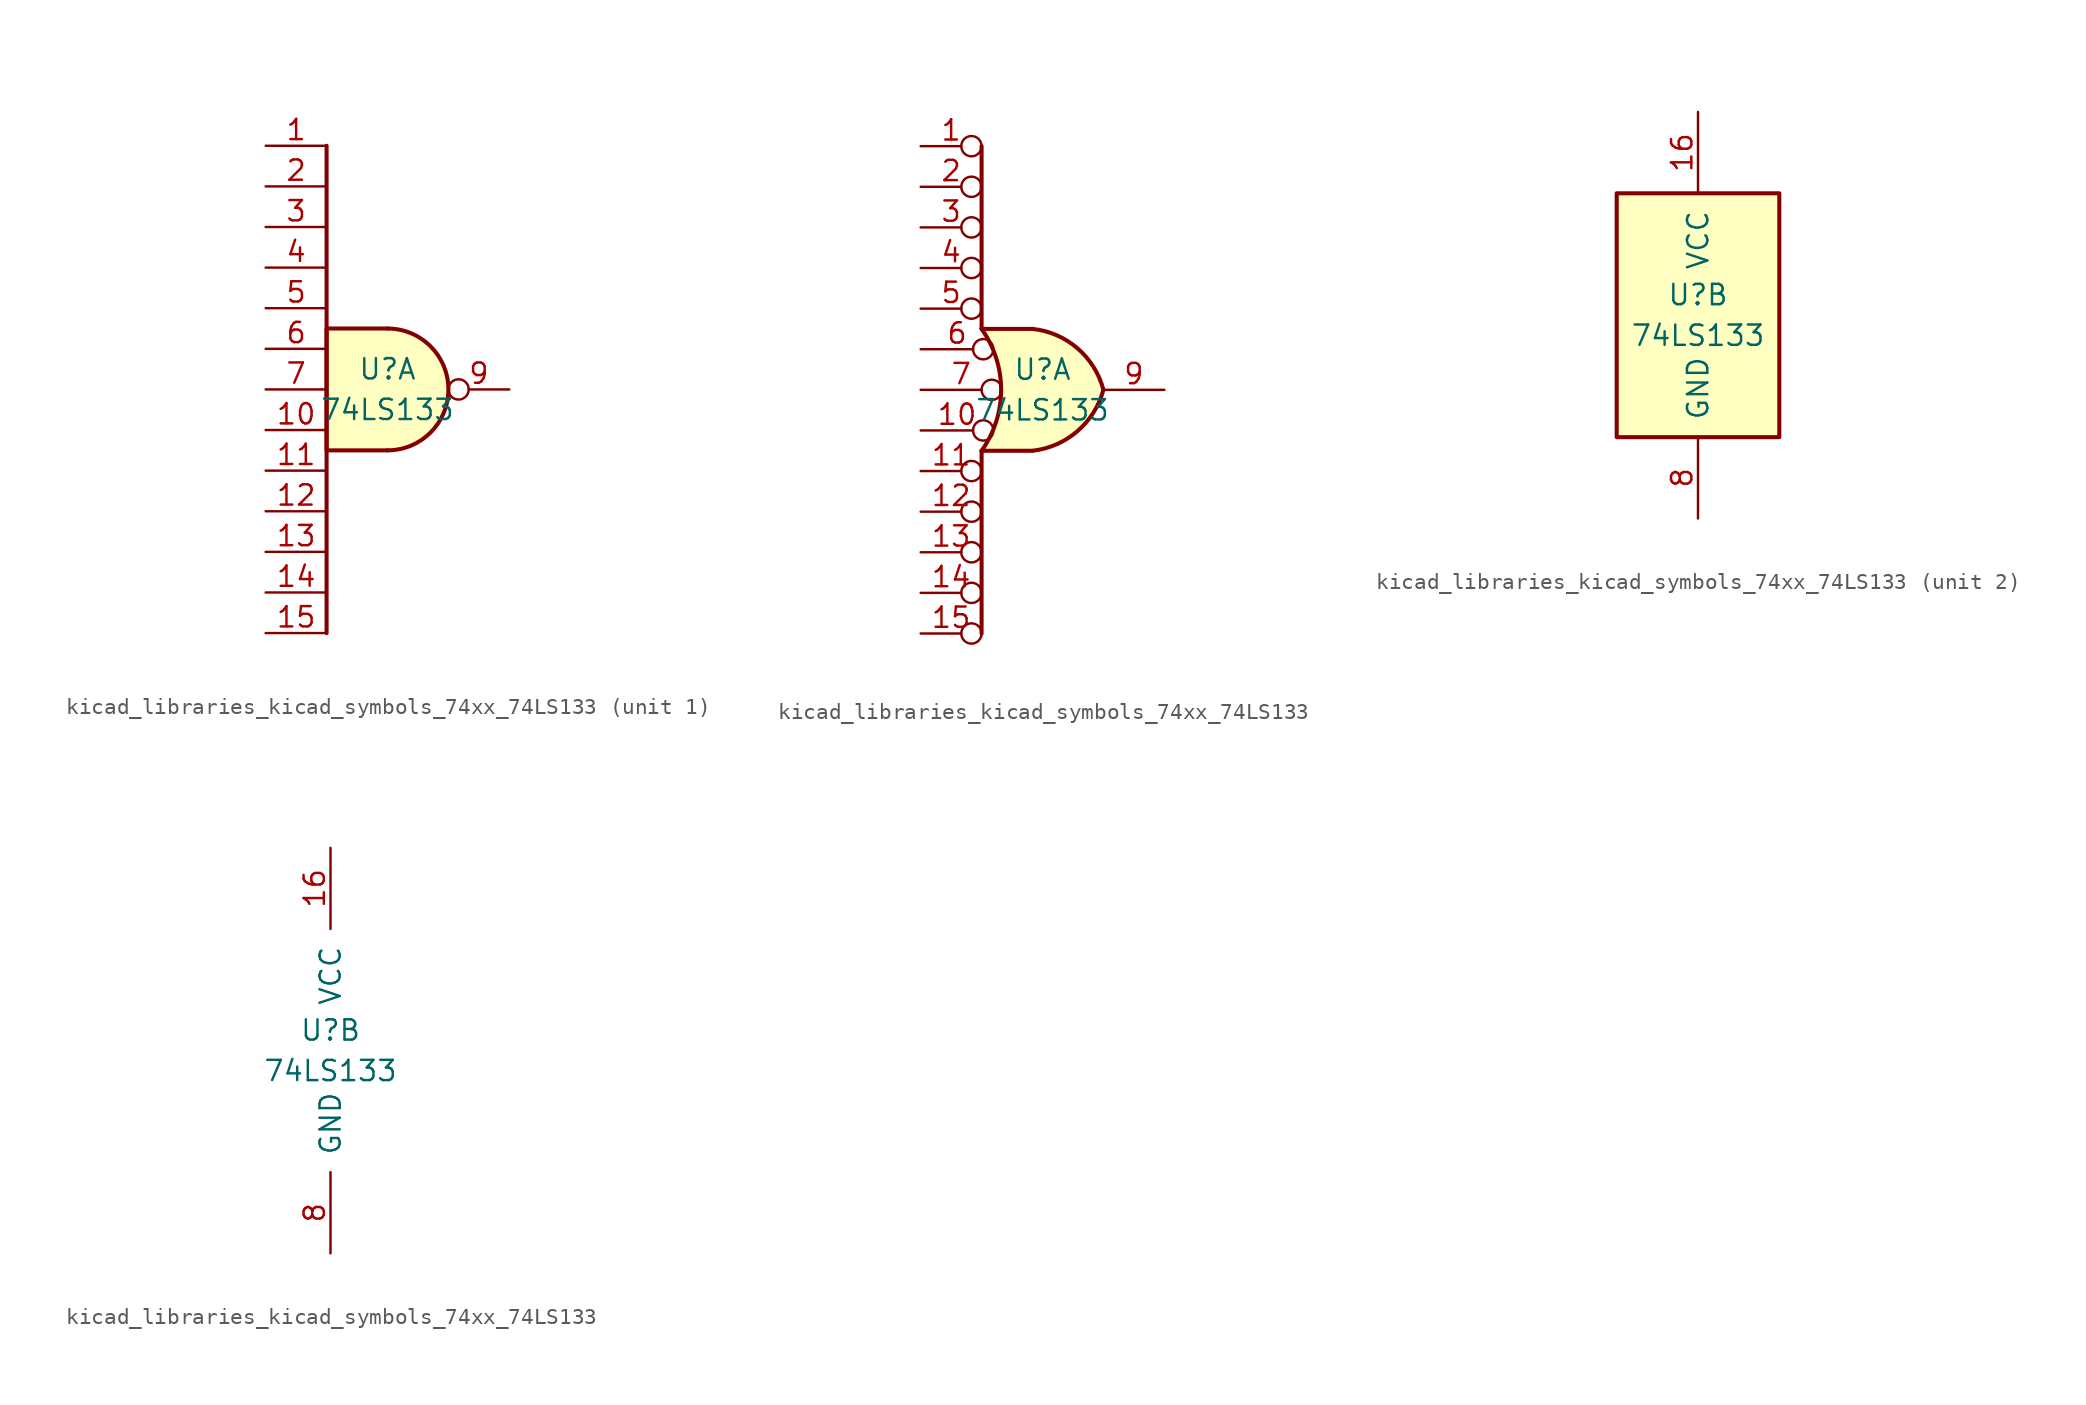
<source format=kicad_sym>
(kicad_symbol_lib
  (version 20220914)
  (generator kicad_symbol_editor)
  (symbol "kicad_libraries_kicad_symbols_74xx_74LS133"
    (pin_names
      (offset 1.016))
    (property "Reference" "U"
      (at 0 1.27 0)
      (effects (font (size 1.27 1.27))))
    (property "Value" "74LS133"
      (at 0 -1.27 0)
      (effects (font (size 1.27 1.27))))
    (property "ki_locked" ""
      (at 0 0 0)
      (effects (font (size 1.27 1.27))))
    (symbol "kicad_libraries_kicad_symbols_74xx_74LS133_1_1"
      (arc (start 0 -3.81) (mid 3.7934 0) (end 0 3.81) (stroke (width 0.254) (type default)) (fill (type background)))
      (polyline (pts (xy -3.81 15.24) (xy -3.81 -15.24)) (stroke (width 0.254) (type default)) (fill (type none)))
      (polyline (pts (xy 0 3.81) (xy -3.81 3.81) (xy -3.81 -3.81) (xy 0 -3.81)) (stroke (width 0.254) (type default)) (fill (type background)))
      (pin input line (at -7.62 15.24 0) (length 3.81) (name "~" (effects (font (size 1.27 1.27)))) (number "1" (effects (font (size 1.27 1.27)))))
      (pin input line (at -7.62 -2.54 0) (length 3.81) (name "~" (effects (font (size 1.27 1.27)))) (number "10" (effects (font (size 1.27 1.27)))))
      (pin input line (at -7.62 -5.08 0) (length 3.81) (name "~" (effects (font (size 1.27 1.27)))) (number "11" (effects (font (size 1.27 1.27)))))
      (pin input line (at -7.62 -7.62 0) (length 3.81) (name "~" (effects (font (size 1.27 1.27)))) (number "12" (effects (font (size 1.27 1.27)))))
      (pin input line (at -7.62 -10.16 0) (length 3.81) (name "~" (effects (font (size 1.27 1.27)))) (number "13" (effects (font (size 1.27 1.27)))))
      (pin input line (at -7.62 -12.7 0) (length 3.81) (name "~" (effects (font (size 1.27 1.27)))) (number "14" (effects (font (size 1.27 1.27)))))
      (pin input line (at -7.62 -15.24 0) (length 3.81) (name "~" (effects (font (size 1.27 1.27)))) (number "15" (effects (font (size 1.27 1.27)))))
      (pin input line (at -7.62 12.7 0) (length 3.81) (name "~" (effects (font (size 1.27 1.27)))) (number "2" (effects (font (size 1.27 1.27)))))
      (pin input line (at -7.62 10.16 0) (length 3.81) (name "~" (effects (font (size 1.27 1.27)))) (number "3" (effects (font (size 1.27 1.27)))))
      (pin input line (at -7.62 7.62 0) (length 3.81) (name "~" (effects (font (size 1.27 1.27)))) (number "4" (effects (font (size 1.27 1.27)))))
      (pin input line (at -7.62 5.08 0) (length 3.81) (name "~" (effects (font (size 1.27 1.27)))) (number "5" (effects (font (size 1.27 1.27)))))
      (pin input line (at -7.62 2.54 0) (length 3.81) (name "~" (effects (font (size 1.27 1.27)))) (number "6" (effects (font (size 1.27 1.27)))))
      (pin input line (at -7.62 0 0) (length 3.81) (name "~" (effects (font (size 1.27 1.27)))) (number "7" (effects (font (size 1.27 1.27)))))
      (pin output inverted (at 7.62 0 180) (length 3.81) (name "~" (effects (font (size 1.27 1.27)))) (number "9" (effects (font (size 1.27 1.27))))))
    (symbol "kicad_libraries_kicad_symbols_74xx_74LS133_1_2"
      (arc (start -3.81 -3.81) (mid -2.589 0) (end -3.81 3.81) (stroke (width 0.254) (type default)) (fill (type none)))
      (arc (start -0.6096 -3.81) (mid 2.1842 -2.5851) (end 3.81 0) (stroke (width 0.254) (type default)) (fill (type background)))
      (polyline (pts (xy -3.81 -3.81) (xy -3.81 -15.24)) (stroke (width 0.254) (type default)) (fill (type none)))
      (polyline (pts (xy -3.81 -3.81) (xy -0.635 -3.81)) (stroke (width 0.254) (type default)) (fill (type background)))
      (polyline (pts (xy -3.81 3.81) (xy -0.635 3.81)) (stroke (width 0.254) (type default)) (fill (type background)))
      (polyline (pts (xy -3.81 15.24) (xy -3.81 3.81)) (stroke (width 0.254) (type default)) (fill (type none)))
      (polyline (pts (xy -0.635 3.81) (xy -3.81 3.81) (xy -3.81 3.81) (xy -3.556 3.404) (xy -3.023 2.261) (xy -2.692 1.041) (xy -2.616 -0.254) (xy -2.769 -1.499) (xy -3.175 -2.718) (xy -3.81 -3.81) (xy -3.81 -3.81) (xy -0.635 -3.81)) (stroke (width -25.4) (type default)) (fill (type background)))
      (arc (start 3.81 0) (mid 2.1915 2.5936) (end -0.6096 3.81) (stroke (width 0.254) (type default)) (fill (type background)))
      (pin input inverted (at -7.62 15.24 0) (length 3.81) (name "~" (effects (font (size 1.27 1.27)))) (number "1" (effects (font (size 1.27 1.27)))))
      (pin input inverted (at -7.62 -2.54 0) (length 4.547) (name "~" (effects (font (size 1.27 1.27)))) (number "10" (effects (font (size 1.27 1.27)))))
      (pin input inverted (at -7.62 -5.08 0) (length 3.81) (name "~" (effects (font (size 1.27 1.27)))) (number "11" (effects (font (size 1.27 1.27)))))
      (pin input inverted (at -7.62 -7.62 0) (length 3.81) (name "~" (effects (font (size 1.27 1.27)))) (number "12" (effects (font (size 1.27 1.27)))))
      (pin input inverted (at -7.62 -10.16 0) (length 3.81) (name "~" (effects (font (size 1.27 1.27)))) (number "13" (effects (font (size 1.27 1.27)))))
      (pin input inverted (at -7.62 -12.7 0) (length 3.81) (name "~" (effects (font (size 1.27 1.27)))) (number "14" (effects (font (size 1.27 1.27)))))
      (pin input inverted (at -7.62 -15.24 0) (length 3.81) (name "~" (effects (font (size 1.27 1.27)))) (number "15" (effects (font (size 1.27 1.27)))))
      (pin input inverted (at -7.62 12.7 0) (length 3.81) (name "~" (effects (font (size 1.27 1.27)))) (number "2" (effects (font (size 1.27 1.27)))))
      (pin input inverted (at -7.62 10.16 0) (length 3.81) (name "~" (effects (font (size 1.27 1.27)))) (number "3" (effects (font (size 1.27 1.27)))))
      (pin input inverted (at -7.62 7.62 0) (length 3.81) (name "~" (effects (font (size 1.27 1.27)))) (number "4" (effects (font (size 1.27 1.27)))))
      (pin input inverted (at -7.62 5.08 0) (length 3.81) (name "~" (effects (font (size 1.27 1.27)))) (number "5" (effects (font (size 1.27 1.27)))))
      (pin input inverted (at -7.62 2.54 0) (length 4.547) (name "~" (effects (font (size 1.27 1.27)))) (number "6" (effects (font (size 1.27 1.27)))))
      (pin input inverted (at -7.62 0 0) (length 5.08) (name "~" (effects (font (size 1.27 1.27)))) (number "7" (effects (font (size 1.27 1.27)))))
      (pin output line (at 7.62 0 180) (length 3.81) (name "~" (effects (font (size 1.27 1.27)))) (number "9" (effects (font (size 1.27 1.27))))))
    (symbol "kicad_libraries_kicad_symbols_74xx_74LS133_2_0"
      (pin power_in line (at 0 12.7 270) (length 5.08) (name "VCC" (effects (font (size 1.27 1.27)))) (number "16" (effects (font (size 1.27 1.27)))))
      (pin power_in line (at 0 -12.7 90) (length 5.08) (name "GND" (effects (font (size 1.27 1.27)))) (number "8" (effects (font (size 1.27 1.27))))))
    (symbol "kicad_libraries_kicad_symbols_74xx_74LS133_2_1"
      (rectangle (start -5.08 7.62) (end 5.08 -7.62) (stroke (width 0.254) (type default)) (fill (type background))))))
</source>
